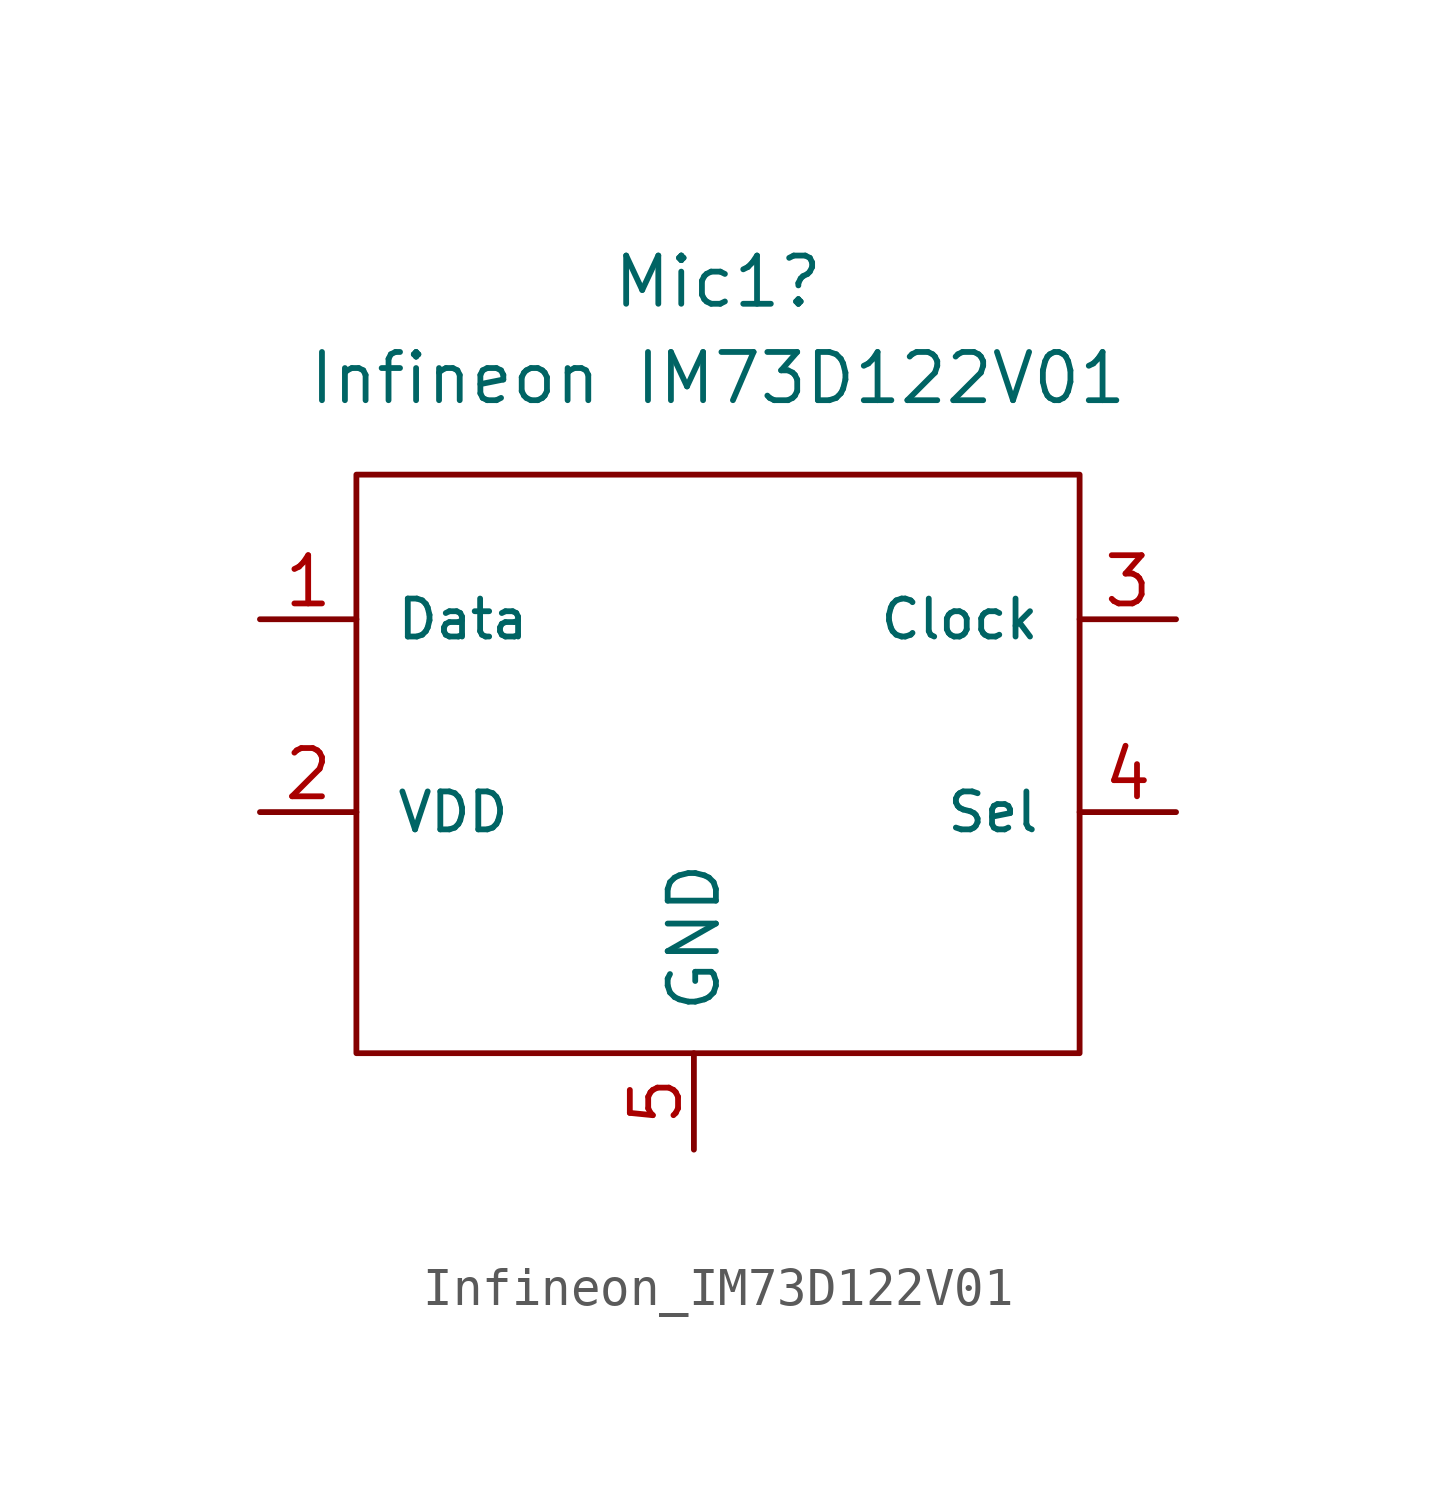
<source format=kicad_sym>
(kicad_symbol_lib
  (version 20231120)
  (generator "kicad_symbol_editor")
  (generator_version "8.0")
  (symbol "Infineon_IM73D122V01"
    (pin_names
      (offset 1.016))
    (property "Reference" "Mic1"
      (at 5.715 3.81 0)
      (effects (font (size 1.27 1.27))))
    (property "Value" "Infineon IM73D122V01"
      (at 5.715 1.27 0)
      (effects (font (size 1.27 1.27))))
    (symbol "Infineon_IM73D122V01_0_1"
      (polyline (pts (xy -3.81 -1.27) (xy 15.24 -1.27) (xy 15.24 -16.51) (xy 0 -16.51) (xy -3.81 -16.51) (xy -3.81 -8.89) (xy -3.81 -1.27)) (stroke (width 0) (type default)) (fill (type none))))
    (symbol "Infineon_IM73D122V01_1_1"
      (pin output line (at -6.35 -5.08 0) (length 2.54) (name "Data" (effects (font (size 1 1)))) (number "1" (effects (font (size 1.27 1.27)))))
      (pin power_in line (at -6.35 -10.16 0) (length 2.54) (name "VDD" (effects (font (size 1 1)))) (number "2" (effects (font (size 1.27 1.27)))))
      (pin input line (at 17.78 -5.08 180) (length 2.54) (name "Clock" (effects (font (size 1 1)))) (number "3" (effects (font (size 1.27 1.27)))))
      (pin input line (at 17.78 -10.16 180) (length 2.54) (name "Sel" (effects (font (size 1 1)))) (number "4" (effects (font (size 1.27 1.27)))))
      (pin power_in line (at 5.08 -19.05 90) (length 2.54) (name "GND" (effects (font (size 1.27 1.27)))) (number "5" (effects (font (size 1.27 1.27))))))))
</source>
